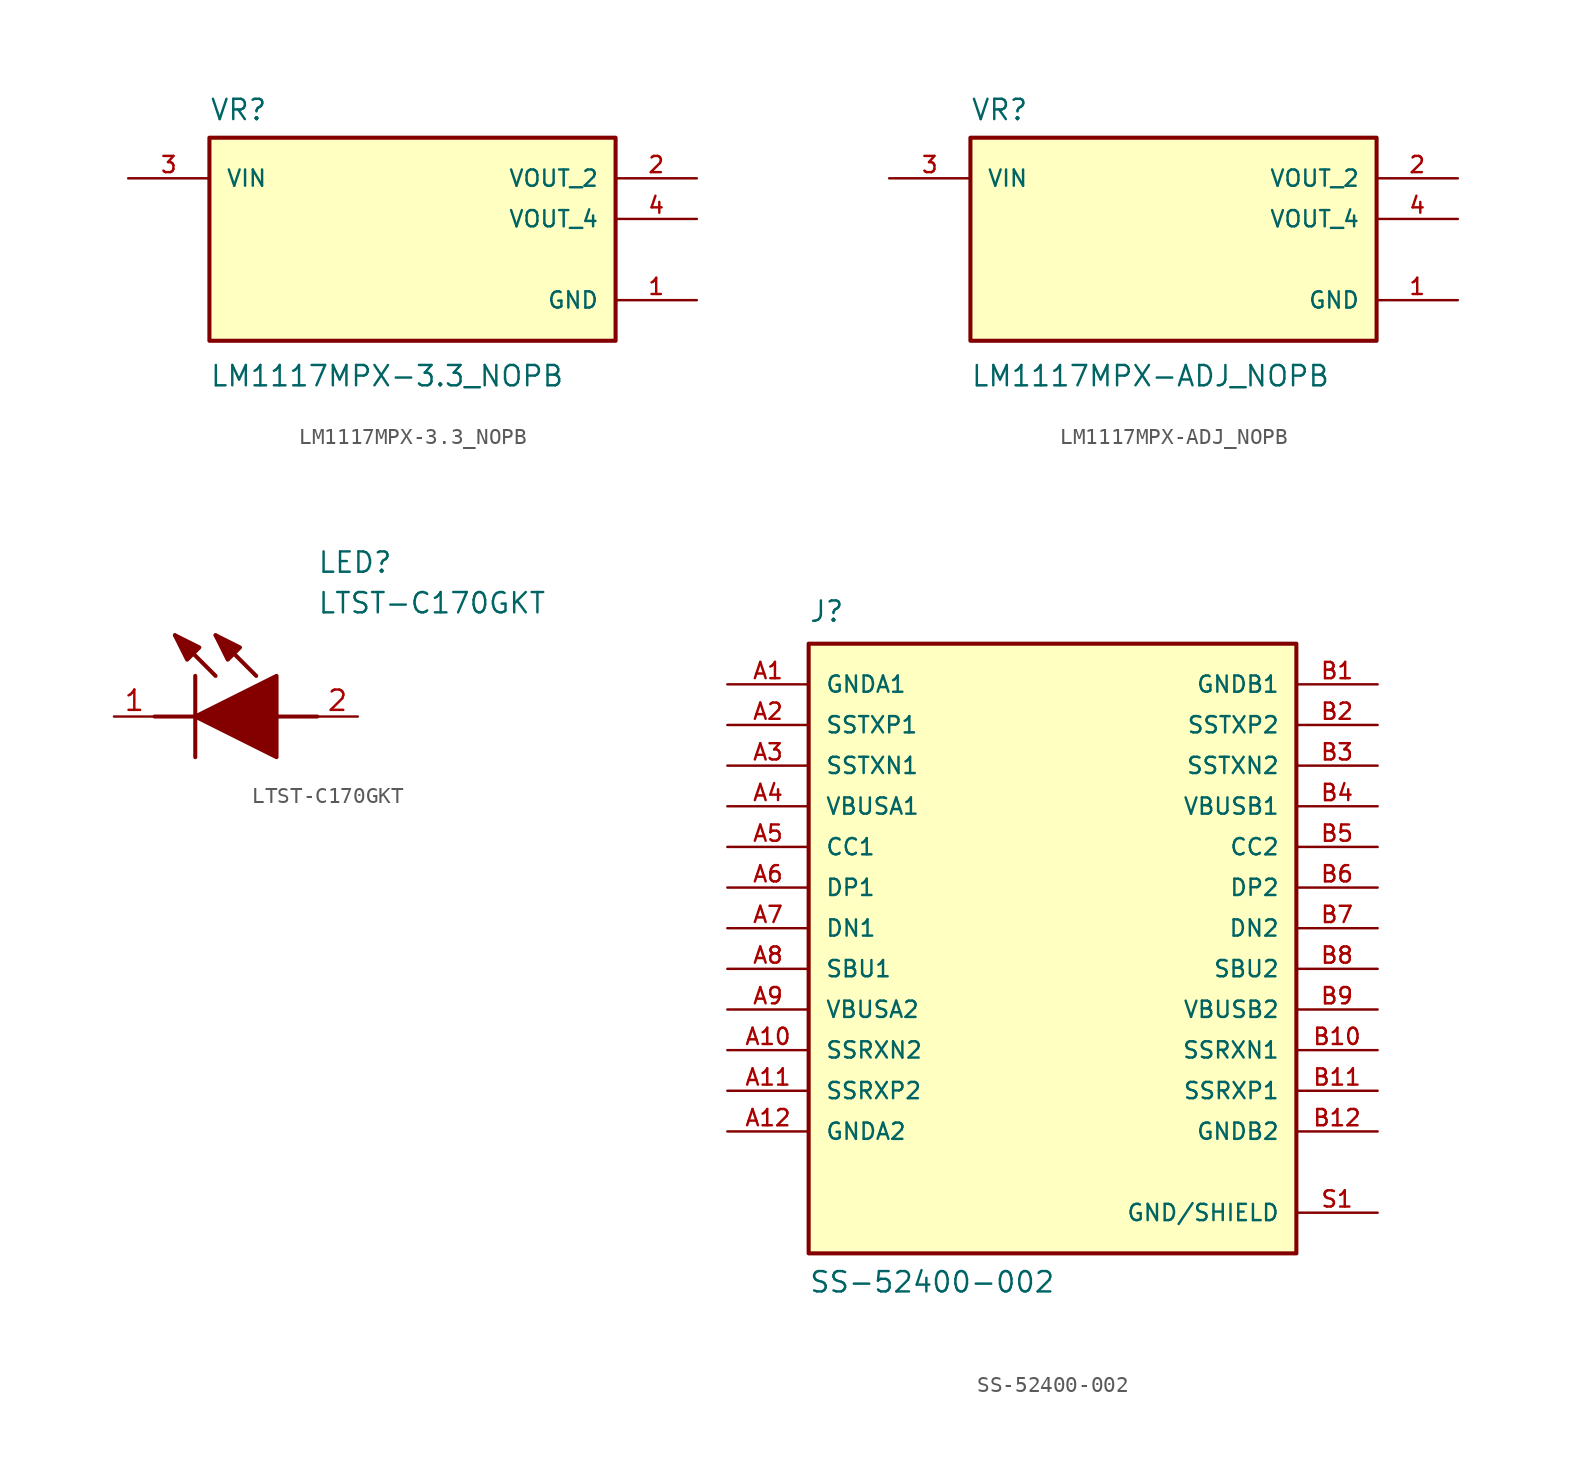
<source format=kicad_sym>
(kicad_symbol_lib
  (version 20241209)
  (generator "kicad_symbol_editor")
  (generator_version "9.0")
  (symbol "LM1117MPX-3.3_NOPB"
    (pin_names
      (offset 1.016))
    (property "Reference" "VR"
      (at -12.7 6.08 0)
      (effects (font (size 1.27 1.27)) (justify left bottom)))
    (property "Value" "LM1117MPX-3.3_NOPB"
      (at -12.7 -9.08 0)
      (effects (font (size 1.27 1.27)) (justify left top)))
    (symbol "LM1117MPX-3.3_NOPB_0_0"
      (rectangle (start -12.7 -7.62) (end 12.7 5.08) (stroke (width 0.254) (type default)) (fill (type background)))
      (pin input line (at -17.78 2.54 0) (length 5.08) (name "VIN" (effects (font (size 1.016 1.016)))) (number "3" (effects (font (size 1.016 1.016)))))
      (pin output line (at 17.78 2.54 180) (length 5.08) (name "VOUT_2" (effects (font (size 1.016 1.016)))) (number "2" (effects (font (size 1.016 1.016)))))
      (pin output line (at 17.78 0 180) (length 5.08) (name "VOUT_4" (effects (font (size 1.016 1.016)))) (number "4" (effects (font (size 1.016 1.016)))))
      (pin power_in line (at 17.78 -5.08 180) (length 5.08) (name "GND" (effects (font (size 1.016 1.016)))) (number "1" (effects (font (size 1.016 1.016)))))))
  (symbol "LM1117MPX-ADJ_NOPB"
    (pin_names
      (offset 1.016))
    (property "Reference" "VR"
      (at -12.7 6.08 0)
      (effects (font (size 1.27 1.27)) (justify left bottom)))
    (property "Value" "LM1117MPX-ADJ_NOPB"
      (at -12.7 -9.08 0)
      (effects (font (size 1.27 1.27)) (justify left top)))
    (symbol "LM1117MPX-ADJ_NOPB_0_0"
      (rectangle (start -12.7 -7.62) (end 12.7 5.08) (stroke (width 0.254) (type default)) (fill (type background)))
      (pin input line (at -17.78 2.54 0) (length 5.08) (name "VIN" (effects (font (size 1.016 1.016)))) (number "3" (effects (font (size 1.016 1.016)))))
      (pin output line (at 17.78 2.54 180) (length 5.08) (name "VOUT_2" (effects (font (size 1.016 1.016)))) (number "2" (effects (font (size 1.016 1.016)))))
      (pin output line (at 17.78 0 180) (length 5.08) (name "VOUT_4" (effects (font (size 1.016 1.016)))) (number "4" (effects (font (size 1.016 1.016)))))
      (pin power_in line (at 17.78 -5.08 180) (length 5.08) (name "GND" (effects (font (size 1.016 1.016)))) (number "1" (effects (font (size 1.016 1.016)))))))
  (symbol "LTST-C170GKT"
    (pin_names
      (hide yes))
    (property "Reference" "LED"
      (at 12.7 8.89 0)
      (effects (font (size 1.27 1.27)) (justify left bottom)))
    (property "Value" "LTST-C170GKT"
      (at 12.7 6.35 0)
      (effects (font (size 1.27 1.27)) (justify left bottom)))
    (symbol "LTST-C170GKT_1_1"
      (polyline (pts (xy 2.54 0) (xy 5.08 0)) (stroke (width 0.254) (type default)) (fill (type none)))
      (polyline (pts (xy 5.08 2.54) (xy 5.08 -2.54)) (stroke (width 0.254) (type default)) (fill (type none)))
      (polyline (pts (xy 5.08 0) (xy 10.16 2.54) (xy 10.16 -2.54) (xy 5.08 0)) (stroke (width 0.254) (type default)) (fill (type outline)))
      (polyline (pts (xy 5.334 4.318) (xy 4.572 3.556) (xy 3.81 5.08) (xy 5.334 4.318)) (stroke (width 0.254) (type default)) (fill (type outline)))
      (polyline (pts (xy 6.35 2.54) (xy 3.81 5.08)) (stroke (width 0.254) (type default)) (fill (type none)))
      (polyline (pts (xy 7.874 4.318) (xy 7.112 3.556) (xy 6.35 5.08) (xy 7.874 4.318)) (stroke (width 0.254) (type default)) (fill (type outline)))
      (polyline (pts (xy 8.89 2.54) (xy 6.35 5.08)) (stroke (width 0.254) (type default)) (fill (type none)))
      (polyline (pts (xy 10.16 0) (xy 12.7 0)) (stroke (width 0.254) (type default)) (fill (type none)))
      (pin passive line (at 0 0 0) (length 2.54) (name "K" (effects (font (size 1.27 1.27)))) (number "1" (effects (font (size 1.27 1.27)))))
      (pin passive line (at 15.24 0 180) (length 2.54) (name "A" (effects (font (size 1.27 1.27)))) (number "2" (effects (font (size 1.27 1.27)))))))
  (symbol "SS-52400-002"
    (pin_names
      (offset 1.016))
    (property "Reference" "J"
      (at -15.24 19.05 0)
      (effects (font (size 1.27 1.27)) (justify left bottom)))
    (property "Value" "SS-52400-002"
      (at -15.24 -22.86 0)
      (effects (font (size 1.27 1.27)) (justify left bottom)))
    (symbol "SS-52400-002_0_0"
      (rectangle (start -15.24 17.78) (end 15.24 -20.32) (stroke (width 0.254) (type default)) (fill (type background)))
      (pin power_in line (at -20.32 15.24 0) (length 5.08) (name "GNDA1" (effects (font (size 1.016 1.016)))) (number "A1" (effects (font (size 1.016 1.016)))))
      (pin bidirectional line (at -20.32 12.7 0) (length 5.08) (name "SSTXP1" (effects (font (size 1.016 1.016)))) (number "A2" (effects (font (size 1.016 1.016)))))
      (pin bidirectional line (at -20.32 10.16 0) (length 5.08) (name "SSTXN1" (effects (font (size 1.016 1.016)))) (number "A3" (effects (font (size 1.016 1.016)))))
      (pin power_in line (at -20.32 7.62 0) (length 5.08) (name "VBUSA1" (effects (font (size 1.016 1.016)))) (number "A4" (effects (font (size 1.016 1.016)))))
      (pin bidirectional line (at -20.32 5.08 0) (length 5.08) (name "CC1" (effects (font (size 1.016 1.016)))) (number "A5" (effects (font (size 1.016 1.016)))))
      (pin bidirectional line (at -20.32 2.54 0) (length 5.08) (name "DP1" (effects (font (size 1.016 1.016)))) (number "A6" (effects (font (size 1.016 1.016)))))
      (pin bidirectional line (at -20.32 0 0) (length 5.08) (name "DN1" (effects (font (size 1.016 1.016)))) (number "A7" (effects (font (size 1.016 1.016)))))
      (pin bidirectional line (at -20.32 -2.54 0) (length 5.08) (name "SBU1" (effects (font (size 1.016 1.016)))) (number "A8" (effects (font (size 1.016 1.016)))))
      (pin power_in line (at -20.32 -5.08 0) (length 5.08) (name "VBUSA2" (effects (font (size 1.016 1.016)))) (number "A9" (effects (font (size 1.016 1.016)))))
      (pin bidirectional line (at -20.32 -7.62 0) (length 5.08) (name "SSRXN2" (effects (font (size 1.016 1.016)))) (number "A10" (effects (font (size 1.016 1.016)))))
      (pin bidirectional line (at -20.32 -10.16 0) (length 5.08) (name "SSRXP2" (effects (font (size 1.016 1.016)))) (number "A11" (effects (font (size 1.016 1.016)))))
      (pin power_in line (at -20.32 -12.7 0) (length 5.08) (name "GNDA2" (effects (font (size 1.016 1.016)))) (number "A12" (effects (font (size 1.016 1.016)))))
      (pin power_in line (at 20.32 15.24 180) (length 5.08) (name "GNDB1" (effects (font (size 1.016 1.016)))) (number "B1" (effects (font (size 1.016 1.016)))))
      (pin bidirectional line (at 20.32 12.7 180) (length 5.08) (name "SSTXP2" (effects (font (size 1.016 1.016)))) (number "B2" (effects (font (size 1.016 1.016)))))
      (pin bidirectional line (at 20.32 10.16 180) (length 5.08) (name "SSTXN2" (effects (font (size 1.016 1.016)))) (number "B3" (effects (font (size 1.016 1.016)))))
      (pin power_in line (at 20.32 7.62 180) (length 5.08) (name "VBUSB1" (effects (font (size 1.016 1.016)))) (number "B4" (effects (font (size 1.016 1.016)))))
      (pin bidirectional line (at 20.32 5.08 180) (length 5.08) (name "CC2" (effects (font (size 1.016 1.016)))) (number "B5" (effects (font (size 1.016 1.016)))))
      (pin bidirectional line (at 20.32 2.54 180) (length 5.08) (name "DP2" (effects (font (size 1.016 1.016)))) (number "B6" (effects (font (size 1.016 1.016)))))
      (pin bidirectional line (at 20.32 0 180) (length 5.08) (name "DN2" (effects (font (size 1.016 1.016)))) (number "B7" (effects (font (size 1.016 1.016)))))
      (pin bidirectional line (at 20.32 -2.54 180) (length 5.08) (name "SBU2" (effects (font (size 1.016 1.016)))) (number "B8" (effects (font (size 1.016 1.016)))))
      (pin power_in line (at 20.32 -5.08 180) (length 5.08) (name "VBUSB2" (effects (font (size 1.016 1.016)))) (number "B9" (effects (font (size 1.016 1.016)))))
      (pin bidirectional line (at 20.32 -7.62 180) (length 5.08) (name "SSRXN1" (effects (font (size 1.016 1.016)))) (number "B10" (effects (font (size 1.016 1.016)))))
      (pin bidirectional line (at 20.32 -10.16 180) (length 5.08) (name "SSRXP1" (effects (font (size 1.016 1.016)))) (number "B11" (effects (font (size 1.016 1.016)))))
      (pin power_in line (at 20.32 -12.7 180) (length 5.08) (name "GNDB2" (effects (font (size 1.016 1.016)))) (number "B12" (effects (font (size 1.016 1.016)))))
      (pin power_in line (at 20.32 -17.78 180) (length 5.08) (name "GND/SHIELD" (effects (font (size 1.016 1.016)))) (number "S1" (effects (font (size 1.016 1.016))))))))
</source>
